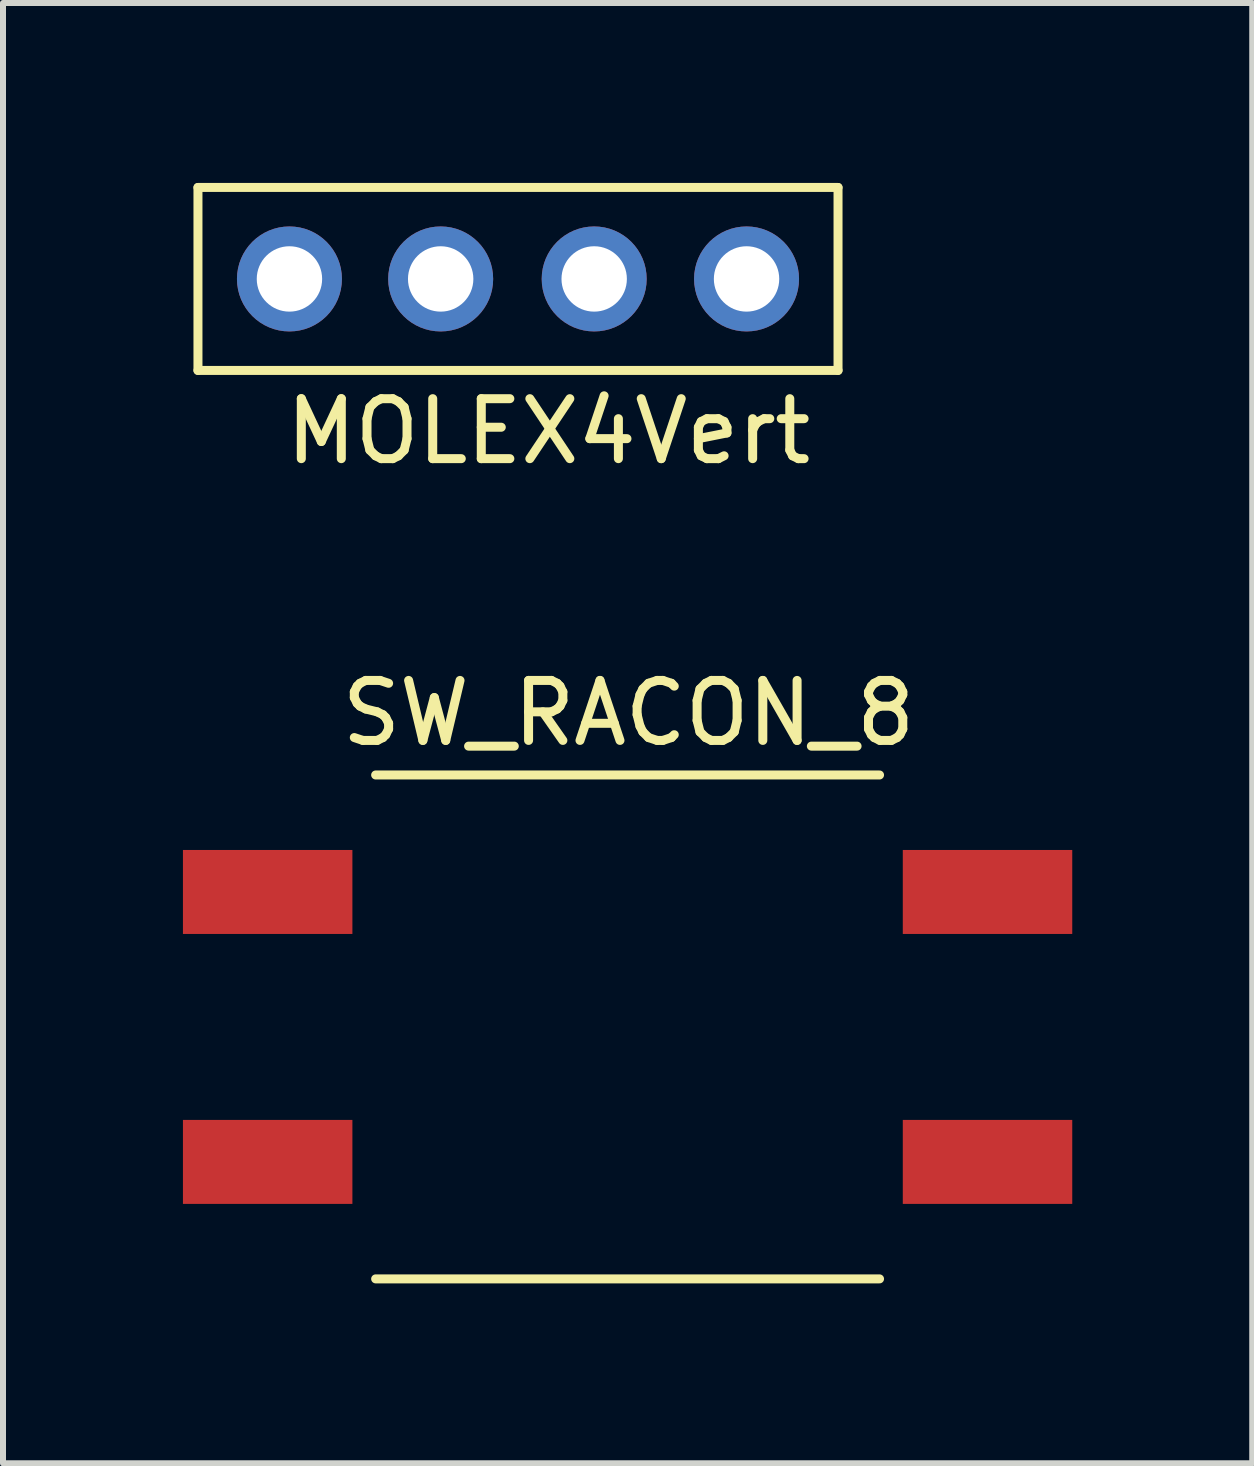
<source format=kicad_pcb>
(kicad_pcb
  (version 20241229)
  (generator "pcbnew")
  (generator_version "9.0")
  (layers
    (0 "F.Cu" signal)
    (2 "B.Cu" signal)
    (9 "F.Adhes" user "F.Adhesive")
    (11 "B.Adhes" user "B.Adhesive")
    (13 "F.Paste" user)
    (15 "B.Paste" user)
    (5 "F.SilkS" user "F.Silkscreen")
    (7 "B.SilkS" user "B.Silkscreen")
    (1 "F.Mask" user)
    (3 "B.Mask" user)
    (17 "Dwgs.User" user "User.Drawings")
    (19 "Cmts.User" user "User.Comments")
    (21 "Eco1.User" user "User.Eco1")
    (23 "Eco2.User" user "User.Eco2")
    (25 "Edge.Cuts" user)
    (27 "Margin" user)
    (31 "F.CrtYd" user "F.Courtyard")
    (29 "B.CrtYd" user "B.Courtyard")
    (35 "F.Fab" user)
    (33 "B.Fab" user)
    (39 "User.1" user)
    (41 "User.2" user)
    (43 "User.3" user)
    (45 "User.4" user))
  (footprint "MOLEX4Vert"
    (layer "F.Cu")
    (at 0.25 3.125)
    (property "Reference" "MOLEX4Vert" (at 5.842 1.016 0) (layer "F.SilkS") (effects (font (size 1 1) (thickness 0.15))))
    (attr through_hole)
    (fp_line (start 0 -3.05) (end 10.67 -3.05) (stroke (width 0.15) (type solid)) (layer "F.SilkS"))
    (fp_line (start 0 0) (end 0 -3.05) (stroke (width 0.15) (type solid)) (layer "F.SilkS"))
    (fp_line (start 0 0) (end 10.67 0) (stroke (width 0.15) (type solid)) (layer "F.SilkS"))
    (fp_line (start 10.67 0) (end 10.67 -3.05) (stroke (width 0.15) (type solid)) (layer "F.SilkS"))
    (pad "1" thru_hole circle (at 1.525 -1.525) (size 1.75 1.75) (drill 1.09) (layers "*.Cu" "*.Mask"))
    (pad "2" thru_hole circle (at 4.046 -1.525) (size 1.75 1.75) (drill 1.09) (layers "*.Cu" "*.Mask"))
    (pad "3" thru_hole circle (at 6.605 -1.525) (size 1.75 1.75) (drill 1.09) (layers "*.Cu" "*.Mask"))
    (pad "4" thru_hole circle (at 9.145 -1.525) (size 1.75 1.75) (drill 1.09) (layers "*.Cu" "*.Mask")))
  (footprint "SW_RACON_8"
    (layer "F.Cu")
    (at 7.412 14.069)
    (property "Reference" "SW_RACON_8" (at 0.016 -5.231 0) (layer "F.SilkS") (effects (font (size 1 1) (thickness 0.15))))
    (attr through_hole)
    (fp_line (start -4.2 -4.2) (end 4.2 -4.2) (stroke (width 0.15) (type solid)) (layer "F.SilkS"))
    (fp_line (start 4.2 4.2) (end -4.2 4.2) (stroke (width 0.15) (type solid)) (layer "F.SilkS"))
    (pad "1" smd rect (at -6 -2.25) (size 2.825 1.4) (layers "F.Cu" "F.Mask" "F.Paste"))
    (pad "1" smd rect (at 6 -2.25) (size 2.825 1.4) (layers "F.Cu" "F.Mask" "F.Paste"))
    (pad "2" smd rect (at -6 2.25) (size 2.825 1.4) (layers "F.Cu" "F.Mask" "F.Paste"))
    (pad "2" smd rect (at 6 2.25) (size 2.825 1.4) (layers "F.Cu" "F.Mask" "F.Paste")))
  (gr_rect
    (start -3 -3)
    (end 17.825 21.343)
    (stroke (width 0.1) (type default))
    (fill no)
    (layer "Edge.Cuts")))
</source>
